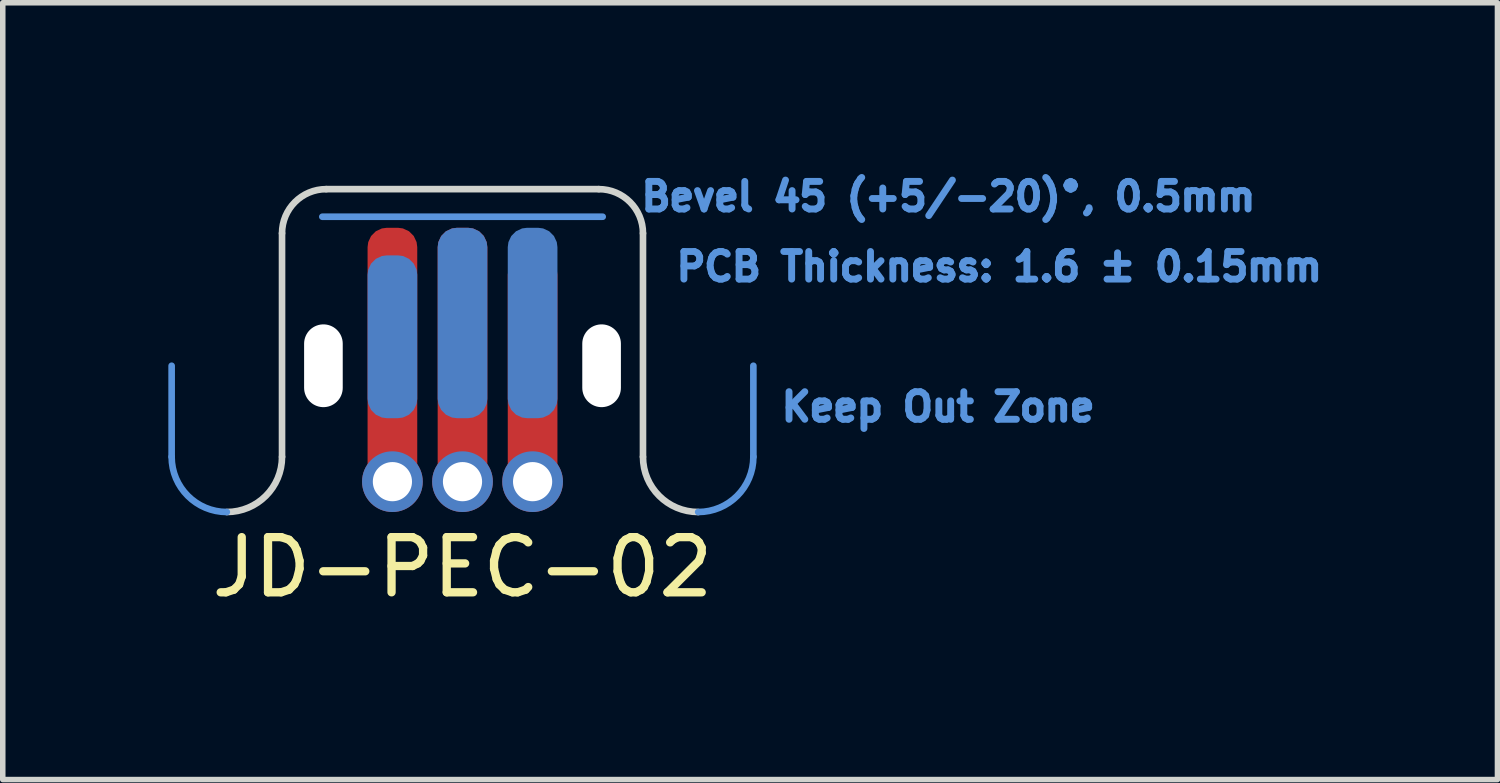
<source format=kicad_pcb>
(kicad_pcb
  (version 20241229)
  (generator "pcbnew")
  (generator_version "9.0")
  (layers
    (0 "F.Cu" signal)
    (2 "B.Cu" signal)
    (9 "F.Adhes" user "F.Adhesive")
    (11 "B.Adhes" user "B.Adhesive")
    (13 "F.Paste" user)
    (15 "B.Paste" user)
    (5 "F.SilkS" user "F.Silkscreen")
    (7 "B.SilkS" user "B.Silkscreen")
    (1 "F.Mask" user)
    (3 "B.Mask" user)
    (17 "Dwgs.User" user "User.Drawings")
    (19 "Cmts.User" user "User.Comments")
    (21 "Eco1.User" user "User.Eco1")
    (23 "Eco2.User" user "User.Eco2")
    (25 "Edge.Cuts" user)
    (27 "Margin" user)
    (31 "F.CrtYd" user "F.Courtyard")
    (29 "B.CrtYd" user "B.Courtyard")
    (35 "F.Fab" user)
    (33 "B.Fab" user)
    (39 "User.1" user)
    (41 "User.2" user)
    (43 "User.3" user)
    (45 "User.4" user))
  (footprint "JD-PEC-02"
    (layer "F.Cu")
    (at 5.33 6.227)
    (property "Reference" "JD-PEC-02" (at 0 1 0) (layer "F.SilkS") (effects (font (size 1 1) (thickness 0.15))))
    (attr through_hole)
    (fp_line (start -5.27 -1) (end -5.27 -2.65) (stroke (width 0.12) (type solid)) (layer "Cmts.User"))
    (fp_line (start -2.54 -5.35) (end 2.54 -5.35) (stroke (width 0.12) (type solid)) (layer "Cmts.User"))
    (fp_line (start 5.27 -1) (end 5.27 -2.65) (stroke (width 0.12) (type solid)) (layer "Cmts.User"))
    (fp_arc (start -4.27 0) (mid -4.977107 -0.292893) (end -5.27 -1) (stroke (width 0.12) (type solid)) (layer "Cmts.User"))
    (fp_arc (start 5.27 -1) (mid 4.977107 -0.292893) (end 4.27 0) (stroke (width 0.12) (type solid)) (layer "Cmts.User"))
    (fp_line (start -3.27 -5.05) (end -3.27 -1) (stroke (width 0.12) (type solid)) (layer "Edge.Cuts"))
    (fp_line (start -2.47 -5.85) (end 2.47 -5.85) (stroke (width 0.12) (type solid)) (layer "Edge.Cuts"))
    (fp_line (start 3.27 -5.05) (end 3.27 -1) (stroke (width 0.12) (type solid)) (layer "Edge.Cuts"))
    (fp_arc (start -3.27 -5.05) (mid -3.035685 -5.615685) (end -2.47 -5.85) (stroke (width 0.12) (type solid)) (layer "Edge.Cuts"))
    (fp_arc (start -3.27 -1) (mid -3.562893 -0.292893) (end -4.27 0) (stroke (width 0.12) (type solid)) (layer "Edge.Cuts"))
    (fp_arc (start 2.47 -5.85) (mid 3.035685 -5.615685) (end 3.27 -5.05) (stroke (width 0.12) (type solid)) (layer "Edge.Cuts"))
    (fp_arc (start 4.27 0) (mid 3.562893 -0.292893) (end 3.27 -1) (stroke (width 0.12) (type solid)) (layer "Edge.Cuts"))
    (fp_text user "PCB Thickness: 1.6 ± 0.15mm" (at 3.81 -4.445 0) (layer "Cmts.User") (effects (font (size 0.5 0.5) (thickness 0.125)) (justify left)))
    (fp_text user "Bevel 45 (+5/-20)°, 0.5mm" (at 3.175 -5.715 0) (layer "Cmts.User") (effects (font (size 0.5 0.5) (thickness 0.125)) (justify left)))
    (fp_text user "Keep Out Zone" (at 5.715 -1.905 0) (layer "Cmts.User") (effects (font (size 0.5 0.5) (thickness 0.125)) (justify left)))
    (pad "" np_thru_hole oval (at -2.52 -2.65) (size 0.7 1.5) (drill oval 0.7 1.5) (layers "*.Cu" "*.Mask"))
    (pad "" np_thru_hole oval (at 2.52 -2.65) (size 0.7 1.5) (drill oval 0.7 1.5) (layers "*.Cu" "*.Mask"))
    (pad "1" smd roundrect (at -1.27 -3.175) (size 0.9 2.95) (layers "B.Cu" "B.Mask") (roundrect_rratio 0.389))
    (pad "1" smd roundrect (at 1.27 -2.375) (size 0.9 4.55) (layers "F.Cu" "F.Mask") (roundrect_rratio 0.389))
    (pad "1" thru_hole circle (at 1.27 -0.55) (size 1.1 1.1) (drill 0.71) (layers "*.Cu" "*.Mask"))
    (pad "2" smd roundrect (at 0 -3.425) (size 0.9 3.45) (layers "B.Cu" "B.Mask") (roundrect_rratio 0.389))
    (pad "2" smd roundrect (at 0 -2.625) (size 0.9 5.05) (layers "F.Cu" "F.Mask") (roundrect_rratio 0.389))
    (pad "2" thru_hole circle (at 0 -0.55) (size 1.1 1.1) (drill 0.71) (layers "*.Cu" "*.Mask"))
    (pad "3" smd roundrect (at -1.27 -2.625) (size 0.9 5.05) (layers "F.Cu" "F.Mask") (roundrect_rratio 0.389))
    (pad "3" thru_hole circle (at -1.27 -0.55) (size 1.1 1.1) (drill 0.71) (layers "*.Cu" "*.Mask"))
    (pad "3" smd roundrect (at 1.27 -3.425) (size 0.9 3.45) (layers "B.Cu" "B.Mask") (roundrect_rratio 0.389)))
  (gr_rect
    (start -3 -3)
    (end 24.082 11.075)
    (stroke (width 0.1) (type default))
    (fill no)
    (layer "Edge.Cuts")))
</source>
